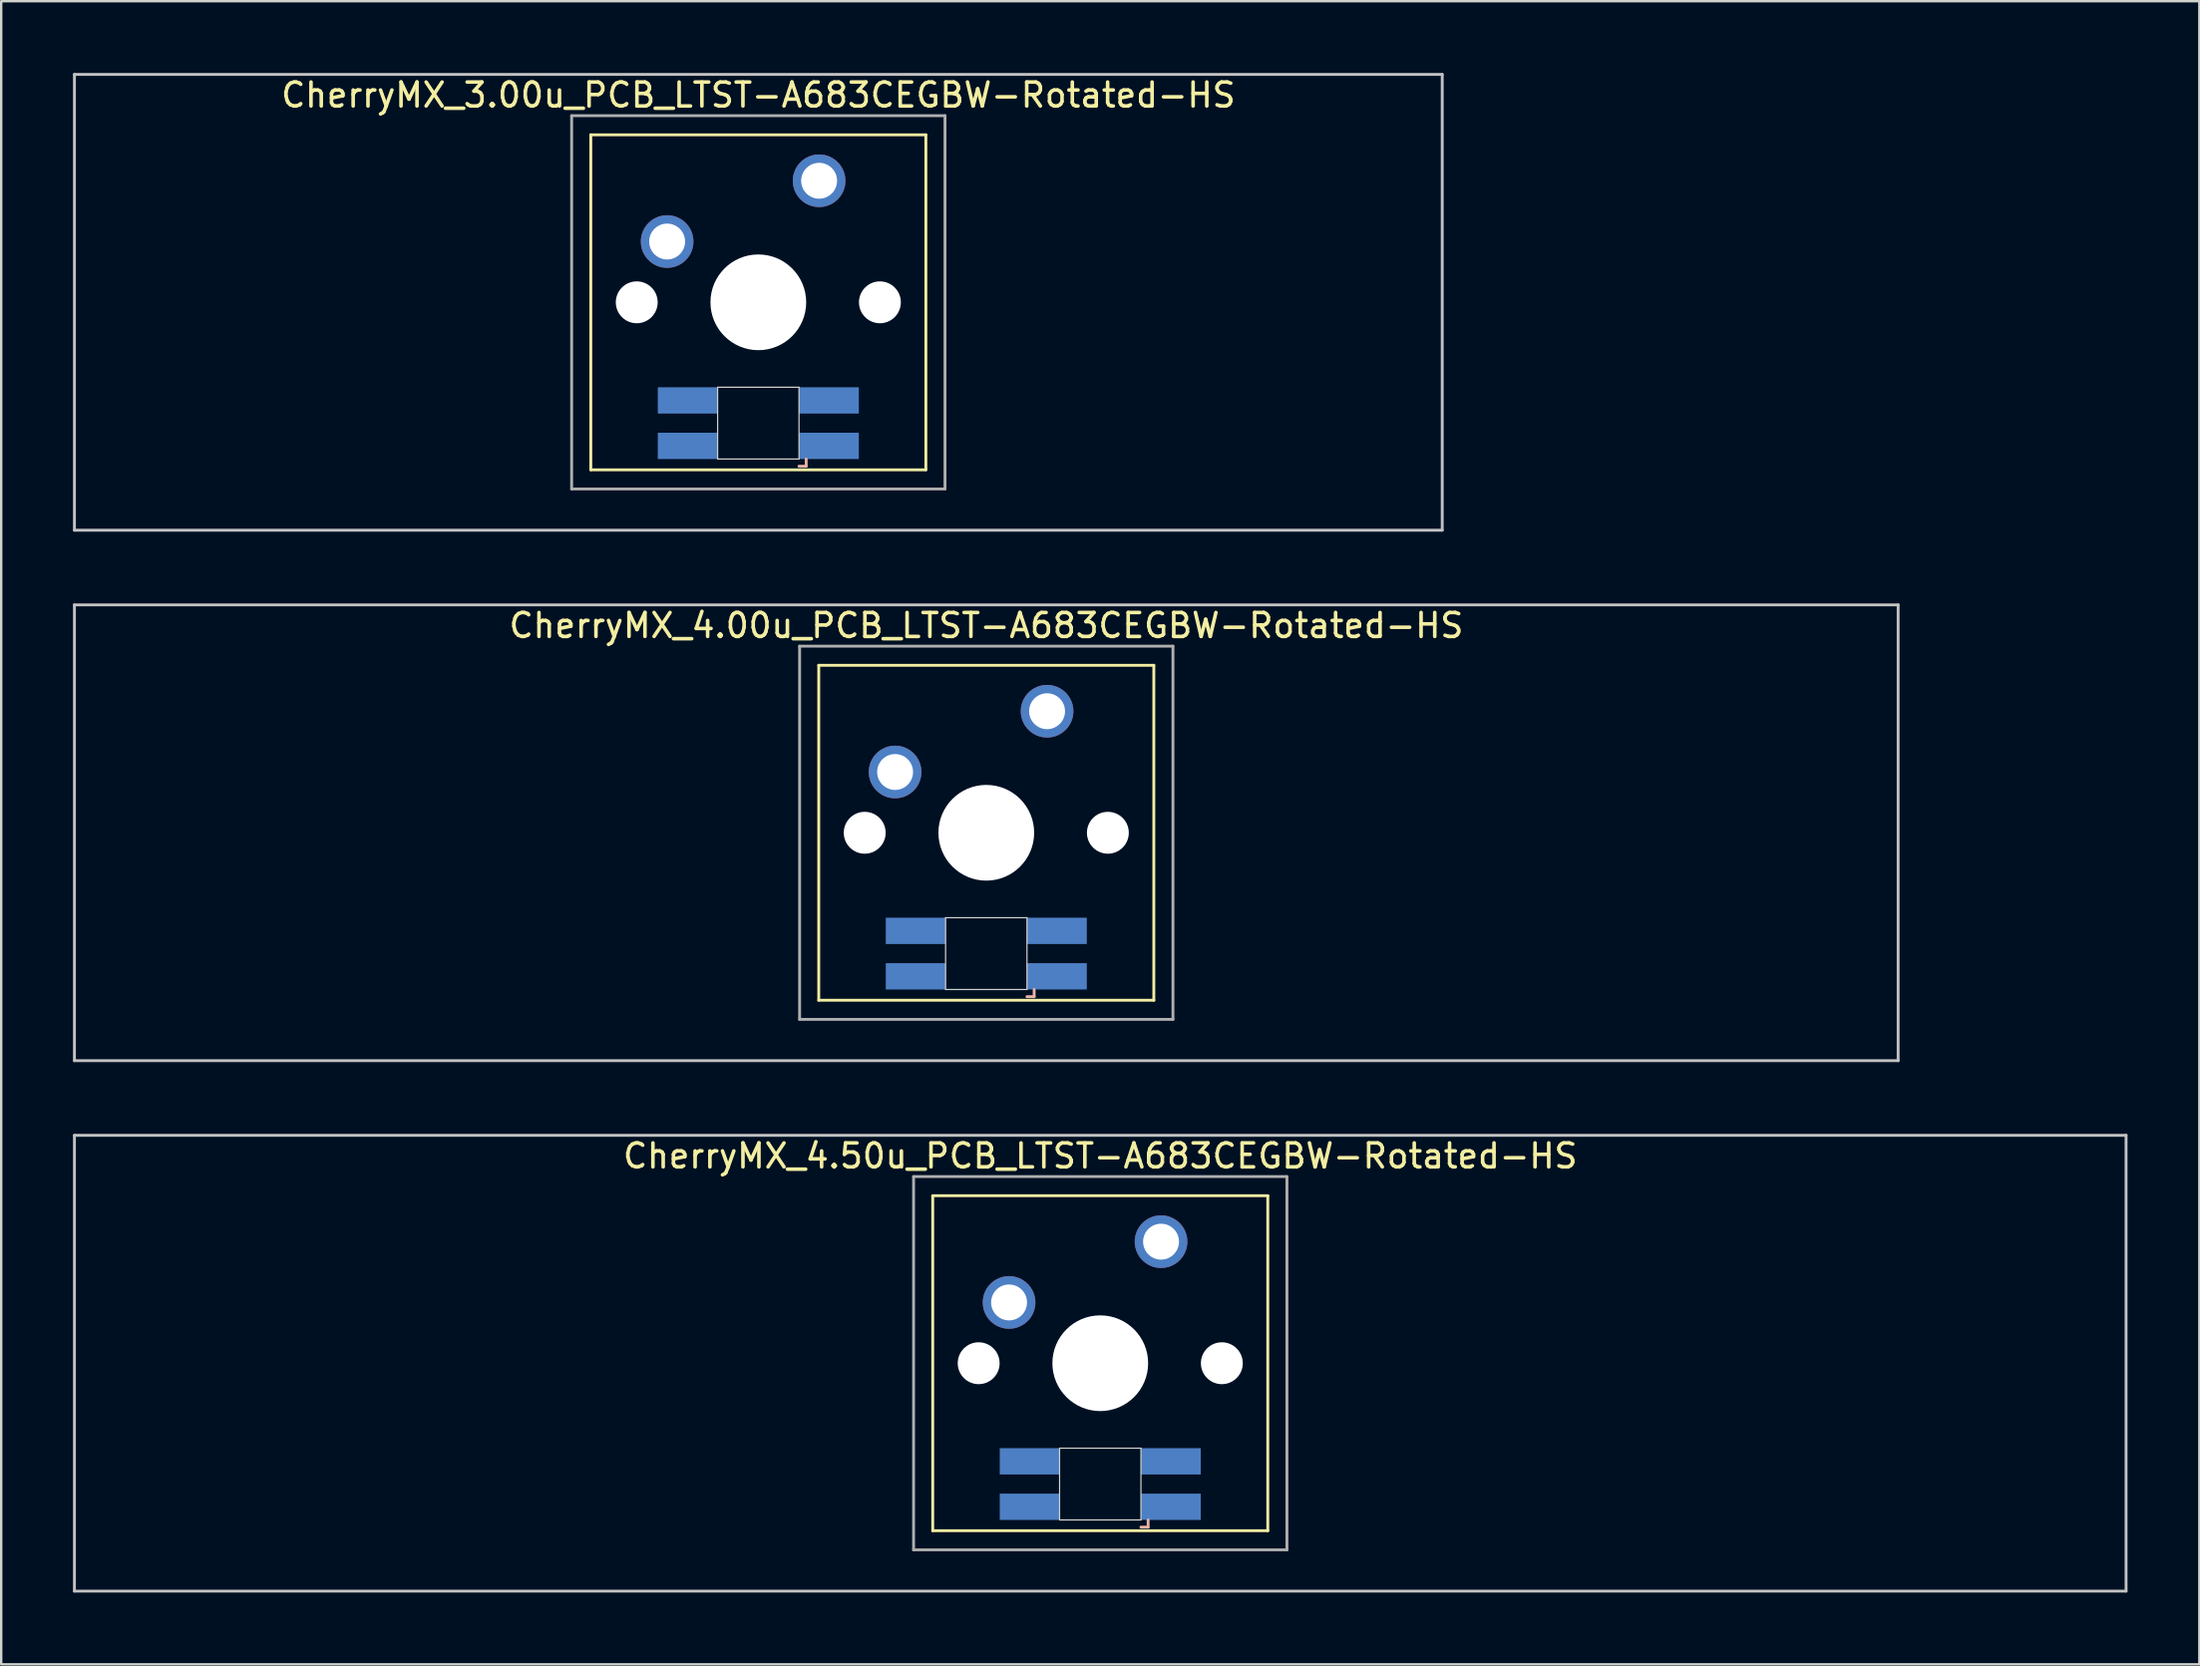
<source format=kicad_pcb>
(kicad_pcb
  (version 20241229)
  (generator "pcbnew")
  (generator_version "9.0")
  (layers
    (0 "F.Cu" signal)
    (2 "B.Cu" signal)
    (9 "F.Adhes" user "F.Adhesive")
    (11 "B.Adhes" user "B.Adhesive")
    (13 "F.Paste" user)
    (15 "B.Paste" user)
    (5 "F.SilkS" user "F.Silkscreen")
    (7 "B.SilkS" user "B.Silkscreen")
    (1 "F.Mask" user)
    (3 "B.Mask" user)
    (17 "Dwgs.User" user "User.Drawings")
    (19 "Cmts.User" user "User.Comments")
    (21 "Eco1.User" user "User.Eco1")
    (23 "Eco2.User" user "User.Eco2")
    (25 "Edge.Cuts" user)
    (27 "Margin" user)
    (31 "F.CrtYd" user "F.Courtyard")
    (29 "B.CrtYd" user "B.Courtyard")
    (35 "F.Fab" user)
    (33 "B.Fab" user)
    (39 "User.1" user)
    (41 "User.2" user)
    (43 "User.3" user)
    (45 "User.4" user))
  (footprint "CherryMX_4.00u_PCB_LTST-A683CEGBW-Rotated-HS"
    (layer "F.Cu")
    (at 38.16 31.755)
    (property "Reference" "CherryMX_4.00u_PCB_LTST-A683CEGBW-Rotated-HS" (at 0 -8.662 0) (layer "F.SilkS") (effects (font (size 1 1) (thickness 0.15))))
    (attr through_hole)
    (fp_line (start -7 -7) (end -7 7) (stroke (width 0.12) (type solid)) (layer "F.SilkS"))
    (fp_line (start -7 -7) (end 7 -7) (stroke (width 0.12) (type solid)) (layer "F.SilkS"))
    (fp_line (start 7 -7) (end 7 7) (stroke (width 0.12) (type solid)) (layer "F.SilkS"))
    (fp_line (start 7 7) (end -7 7) (stroke (width 0.12) (type solid)) (layer "F.SilkS"))
    (fp_line (start 1.7 6.85) (end 2 6.85) (stroke (width 0.12) (type solid)) (layer "B.SilkS"))
    (fp_line (start 2 6.85) (end 2 6.55) (stroke (width 0.12) (type solid)) (layer "B.SilkS"))
    (fp_line (start -38.1 -9.525) (end 38.1 -9.525) (stroke (width 0.12) (type solid)) (layer "Dwgs.User"))
    (fp_line (start -38.1 9.525) (end -38.1 -9.525) (stroke (width 0.12) (type solid)) (layer "Dwgs.User"))
    (fp_line (start 38.1 -9.525) (end 38.1 9.525) (stroke (width 0.12) (type solid)) (layer "Dwgs.User"))
    (fp_line (start 38.1 9.525) (end -38.1 9.525) (stroke (width 0.12) (type solid)) (layer "Dwgs.User"))
    (fp_line (start -1.7 3.55) (end 1.7 3.55) (stroke (width 0.05) (type solid)) (layer "Edge.Cuts"))
    (fp_line (start -1.7 6.55) (end -1.7 3.55) (stroke (width 0.05) (type solid)) (layer "Edge.Cuts"))
    (fp_line (start 1.7 3.55) (end 1.7 6.55) (stroke (width 0.05) (type solid)) (layer "Edge.Cuts"))
    (fp_line (start 1.7 6.55) (end -1.7 6.55) (stroke (width 0.05) (type solid)) (layer "Edge.Cuts"))
    (fp_line (start -7.8 -7.8) (end -7.8 7.8) (stroke (width 0.12) (type solid)) (layer "F.Fab"))
    (fp_line (start -7.8 -7.8) (end 7.8 -7.8) (stroke (width 0.12) (type solid)) (layer "F.Fab"))
    (fp_line (start -7.8 7.8) (end 7.8 7.8) (stroke (width 0.12) (type solid)) (layer "F.Fab"))
    (fp_line (start 7.8 -7.8) (end 7.8 7.8) (stroke (width 0.12) (type solid)) (layer "F.Fab"))
    (pad "" np_thru_hole circle (at -5.08 0) (size 1.75 1.75) (drill 1.75) (layers "*.Cu" "*.Mask"))
    (pad "" np_thru_hole circle (at 0 0) (size 4 4) (drill 4) (layers "*.Cu" "*.Mask"))
    (pad "" np_thru_hole circle (at 5.08 0) (size 1.75 1.75) (drill 1.75) (layers "*.Cu" "*.Mask"))
    (pad "1" thru_hole circle (at -3.81 -2.54) (size 2.2 2.2) (drill 1.5) (layers "*.Cu" "*.Mask"))
    (pad "2" thru_hole circle (at 2.54 -5.08) (size 2.2 2.2) (drill 1.5) (layers "*.Cu" "*.Mask"))
    (pad "3" smd rect (at 2.95 6) (size 2.5 1.1) (layers "B.Cu" "B.Mask" "B.Paste"))
    (pad "4" smd rect (at 2.95 4.1) (size 2.5 1.1) (layers "B.Cu" "B.Mask" "B.Paste"))
    (pad "5" smd rect (at -2.95 6) (size 2.5 1.1) (layers "B.Cu" "B.Mask" "B.Paste"))
    (pad "6" smd rect (at -2.95 4.1) (size 2.5 1.1) (layers "B.Cu" "B.Mask" "B.Paste")))
  (footprint "CherryMX_4.50u_PCB_LTST-A683CEGBW-Rotated-HS"
    (layer "F.Cu")
    (at 42.922 53.925)
    (property "Reference" "CherryMX_4.50u_PCB_LTST-A683CEGBW-Rotated-HS" (at 0 -8.662 0) (layer "F.SilkS") (effects (font (size 1 1) (thickness 0.15))))
    (attr through_hole)
    (fp_line (start -7 -7) (end -7 7) (stroke (width 0.12) (type solid)) (layer "F.SilkS"))
    (fp_line (start -7 -7) (end 7 -7) (stroke (width 0.12) (type solid)) (layer "F.SilkS"))
    (fp_line (start 7 -7) (end 7 7) (stroke (width 0.12) (type solid)) (layer "F.SilkS"))
    (fp_line (start 7 7) (end -7 7) (stroke (width 0.12) (type solid)) (layer "F.SilkS"))
    (fp_line (start 1.7 6.85) (end 2 6.85) (stroke (width 0.12) (type solid)) (layer "B.SilkS"))
    (fp_line (start 2 6.85) (end 2 6.55) (stroke (width 0.12) (type solid)) (layer "B.SilkS"))
    (fp_line (start -42.862 -9.525) (end 42.862 -9.525) (stroke (width 0.12) (type solid)) (layer "Dwgs.User"))
    (fp_line (start -42.862 9.525) (end -42.862 -9.525) (stroke (width 0.12) (type solid)) (layer "Dwgs.User"))
    (fp_line (start 42.862 -9.525) (end 42.862 9.525) (stroke (width 0.12) (type solid)) (layer "Dwgs.User"))
    (fp_line (start 42.862 9.525) (end -42.862 9.525) (stroke (width 0.12) (type solid)) (layer "Dwgs.User"))
    (fp_line (start -1.7 3.55) (end 1.7 3.55) (stroke (width 0.05) (type solid)) (layer "Edge.Cuts"))
    (fp_line (start -1.7 6.55) (end -1.7 3.55) (stroke (width 0.05) (type solid)) (layer "Edge.Cuts"))
    (fp_line (start 1.7 3.55) (end 1.7 6.55) (stroke (width 0.05) (type solid)) (layer "Edge.Cuts"))
    (fp_line (start 1.7 6.55) (end -1.7 6.55) (stroke (width 0.05) (type solid)) (layer "Edge.Cuts"))
    (fp_line (start -7.8 -7.8) (end -7.8 7.8) (stroke (width 0.12) (type solid)) (layer "F.Fab"))
    (fp_line (start -7.8 -7.8) (end 7.8 -7.8) (stroke (width 0.12) (type solid)) (layer "F.Fab"))
    (fp_line (start -7.8 7.8) (end 7.8 7.8) (stroke (width 0.12) (type solid)) (layer "F.Fab"))
    (fp_line (start 7.8 -7.8) (end 7.8 7.8) (stroke (width 0.12) (type solid)) (layer "F.Fab"))
    (pad "" np_thru_hole circle (at -5.08 0) (size 1.75 1.75) (drill 1.75) (layers "*.Cu" "*.Mask"))
    (pad "" np_thru_hole circle (at 0 0) (size 4 4) (drill 4) (layers "*.Cu" "*.Mask"))
    (pad "" np_thru_hole circle (at 5.08 0) (size 1.75 1.75) (drill 1.75) (layers "*.Cu" "*.Mask"))
    (pad "1" thru_hole circle (at -3.81 -2.54) (size 2.2 2.2) (drill 1.5) (layers "*.Cu" "*.Mask"))
    (pad "2" thru_hole circle (at 2.54 -5.08) (size 2.2 2.2) (drill 1.5) (layers "*.Cu" "*.Mask"))
    (pad "3" smd rect (at 2.95 6) (size 2.5 1.1) (layers "B.Cu" "B.Mask" "B.Paste"))
    (pad "4" smd rect (at 2.95 4.1) (size 2.5 1.1) (layers "B.Cu" "B.Mask" "B.Paste"))
    (pad "5" smd rect (at -2.95 6) (size 2.5 1.1) (layers "B.Cu" "B.Mask" "B.Paste"))
    (pad "6" smd rect (at -2.95 4.1) (size 2.5 1.1) (layers "B.Cu" "B.Mask" "B.Paste")))
  (footprint "CherryMX_3.00u_PCB_LTST-A683CEGBW-Rotated-HS"
    (layer "F.Cu")
    (at 28.635 9.585)
    (property "Reference" "CherryMX_3.00u_PCB_LTST-A683CEGBW-Rotated-HS" (at 0 -8.662 0) (layer "F.SilkS") (effects (font (size 1 1) (thickness 0.15))))
    (attr through_hole)
    (fp_line (start -7 -7) (end -7 7) (stroke (width 0.12) (type solid)) (layer "F.SilkS"))
    (fp_line (start -7 -7) (end 7 -7) (stroke (width 0.12) (type solid)) (layer "F.SilkS"))
    (fp_line (start 7 -7) (end 7 7) (stroke (width 0.12) (type solid)) (layer "F.SilkS"))
    (fp_line (start 7 7) (end -7 7) (stroke (width 0.12) (type solid)) (layer "F.SilkS"))
    (fp_line (start 1.7 6.85) (end 2 6.85) (stroke (width 0.12) (type solid)) (layer "B.SilkS"))
    (fp_line (start 2 6.85) (end 2 6.55) (stroke (width 0.12) (type solid)) (layer "B.SilkS"))
    (fp_line (start -28.575 -9.525) (end 28.575 -9.525) (stroke (width 0.12) (type solid)) (layer "Dwgs.User"))
    (fp_line (start -28.575 9.525) (end -28.575 -9.525) (stroke (width 0.12) (type solid)) (layer "Dwgs.User"))
    (fp_line (start 28.575 -9.525) (end 28.575 9.525) (stroke (width 0.12) (type solid)) (layer "Dwgs.User"))
    (fp_line (start 28.575 9.525) (end -28.575 9.525) (stroke (width 0.12) (type solid)) (layer "Dwgs.User"))
    (fp_line (start -1.7 3.55) (end 1.7 3.55) (stroke (width 0.05) (type solid)) (layer "Edge.Cuts"))
    (fp_line (start -1.7 6.55) (end -1.7 3.55) (stroke (width 0.05) (type solid)) (layer "Edge.Cuts"))
    (fp_line (start 1.7 3.55) (end 1.7 6.55) (stroke (width 0.05) (type solid)) (layer "Edge.Cuts"))
    (fp_line (start 1.7 6.55) (end -1.7 6.55) (stroke (width 0.05) (type solid)) (layer "Edge.Cuts"))
    (fp_line (start -7.8 -7.8) (end -7.8 7.8) (stroke (width 0.12) (type solid)) (layer "F.Fab"))
    (fp_line (start -7.8 -7.8) (end 7.8 -7.8) (stroke (width 0.12) (type solid)) (layer "F.Fab"))
    (fp_line (start -7.8 7.8) (end 7.8 7.8) (stroke (width 0.12) (type solid)) (layer "F.Fab"))
    (fp_line (start 7.8 -7.8) (end 7.8 7.8) (stroke (width 0.12) (type solid)) (layer "F.Fab"))
    (pad "" np_thru_hole circle (at -5.08 0) (size 1.75 1.75) (drill 1.75) (layers "*.Cu" "*.Mask"))
    (pad "" np_thru_hole circle (at 0 0) (size 4 4) (drill 4) (layers "*.Cu" "*.Mask"))
    (pad "" np_thru_hole circle (at 5.08 0) (size 1.75 1.75) (drill 1.75) (layers "*.Cu" "*.Mask"))
    (pad "1" thru_hole circle (at -3.81 -2.54) (size 2.2 2.2) (drill 1.5) (layers "*.Cu" "*.Mask"))
    (pad "2" thru_hole circle (at 2.54 -5.08) (size 2.2 2.2) (drill 1.5) (layers "*.Cu" "*.Mask"))
    (pad "3" smd rect (at 2.95 6) (size 2.5 1.1) (layers "B.Cu" "B.Mask" "B.Paste"))
    (pad "4" smd rect (at 2.95 4.1) (size 2.5 1.1) (layers "B.Cu" "B.Mask" "B.Paste"))
    (pad "5" smd rect (at -2.95 6) (size 2.5 1.1) (layers "B.Cu" "B.Mask" "B.Paste"))
    (pad "6" smd rect (at -2.95 4.1) (size 2.5 1.1) (layers "B.Cu" "B.Mask" "B.Paste")))
  (gr_rect
    (start -3 -3)
    (end 88.845 66.51)
    (stroke (width 0.1) (type default))
    (fill no)
    (layer "Edge.Cuts")))
</source>
